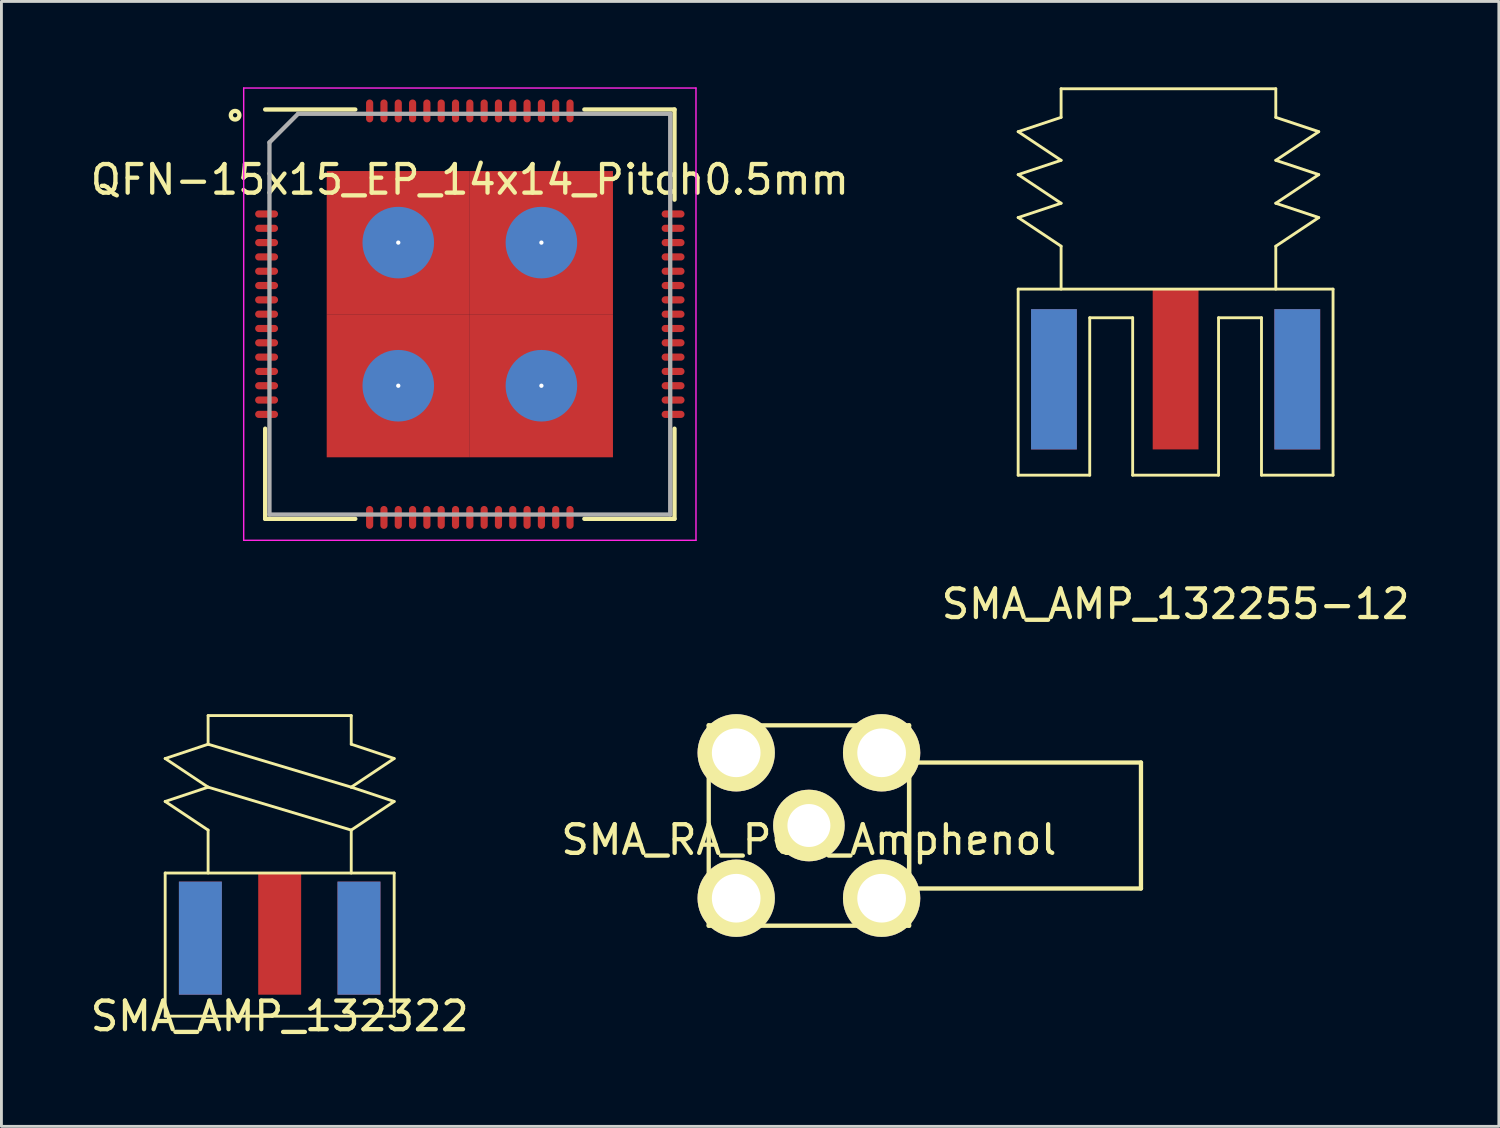
<source format=kicad_pcb>
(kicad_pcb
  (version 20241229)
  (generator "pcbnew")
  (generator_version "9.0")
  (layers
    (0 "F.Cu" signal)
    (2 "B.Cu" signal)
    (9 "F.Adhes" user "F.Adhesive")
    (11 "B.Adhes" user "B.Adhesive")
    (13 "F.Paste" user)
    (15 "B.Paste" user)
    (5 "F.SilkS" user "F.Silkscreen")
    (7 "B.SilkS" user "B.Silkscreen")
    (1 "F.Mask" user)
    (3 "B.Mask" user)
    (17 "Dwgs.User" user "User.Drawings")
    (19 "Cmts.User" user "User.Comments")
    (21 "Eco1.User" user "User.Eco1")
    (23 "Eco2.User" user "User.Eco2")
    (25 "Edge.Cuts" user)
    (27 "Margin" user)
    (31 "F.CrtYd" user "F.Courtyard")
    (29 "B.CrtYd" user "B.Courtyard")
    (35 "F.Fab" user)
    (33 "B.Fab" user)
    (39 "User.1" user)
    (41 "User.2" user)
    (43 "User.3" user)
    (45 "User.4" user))
  (footprint "SMA_AMP_132322"
    (layer "F.Cu")
    (at 6.72 27.448)
    (property "Reference" "SMA_AMP_132322" (at 0 5 0) (layer "F.SilkS") (effects (font (size 1 1) (thickness 0.15))))
    (attr through_hole)
    (fp_line (start -4 -4) (end -2.5 -4.5) (stroke (width 0.1) (type solid)) (layer "F.SilkS"))
    (fp_line (start -4 -2.5) (end -2.5 -3) (stroke (width 0.1) (type solid)) (layer "F.SilkS"))
    (fp_line (start -4 0) (end 4 0) (stroke (width 0.1) (type solid)) (layer "F.SilkS"))
    (fp_line (start -4 5) (end -4 0) (stroke (width 0.1) (type solid)) (layer "F.SilkS"))
    (fp_line (start -2.5 -5.5) (end 2.5 -5.5) (stroke (width 0.1) (type solid)) (layer "F.SilkS"))
    (fp_line (start -2.5 -4.5) (end -2.5 -5.5) (stroke (width 0.1) (type solid)) (layer "F.SilkS"))
    (fp_line (start -2.5 -4.5) (end 2.5 -3) (stroke (width 0.1) (type solid)) (layer "F.SilkS"))
    (fp_line (start -2.5 -3) (end -4 -4) (stroke (width 0.1) (type solid)) (layer "F.SilkS"))
    (fp_line (start -2.5 -3) (end 2.5 -1.5) (stroke (width 0.1) (type solid)) (layer "F.SilkS"))
    (fp_line (start -2.5 -1.5) (end -4 -2.5) (stroke (width 0.1) (type solid)) (layer "F.SilkS"))
    (fp_line (start -2.5 0) (end -2.5 -1.5) (stroke (width 0.1) (type solid)) (layer "F.SilkS"))
    (fp_line (start 2.5 -5.5) (end 2.5 -4.5) (stroke (width 0.1) (type solid)) (layer "F.SilkS"))
    (fp_line (start 2.5 -4.5) (end 4 -4) (stroke (width 0.1) (type solid)) (layer "F.SilkS"))
    (fp_line (start 2.5 -3) (end 4 -2.5) (stroke (width 0.1) (type solid)) (layer "F.SilkS"))
    (fp_line (start 2.5 -1.5) (end 2.5 0) (stroke (width 0.1) (type solid)) (layer "F.SilkS"))
    (fp_line (start 4 -4) (end 2.5 -3) (stroke (width 0.1) (type solid)) (layer "F.SilkS"))
    (fp_line (start 4 -2.5) (end 2.5 -1.5) (stroke (width 0.1) (type solid)) (layer "F.SilkS"))
    (fp_line (start 4 0) (end 4 5) (stroke (width 0.1) (type solid)) (layer "F.SilkS"))
    (fp_line (start 4 5) (end -4 5) (stroke (width 0.1) (type solid)) (layer "F.SilkS"))
    (pad "1" smd rect (at 0 2.125) (size 1.5 4.25) (layers "F.Cu" "F.Mask" "F.Paste"))
    (pad "2" smd rect (at -2.77 2.275) (size 1.5 3.95) (layers "F.Cu" "F.Mask" "F.Paste"))
    (pad "2" smd rect (at -2.77 2.275) (size 1.5 3.95) (layers "B.Cu" "B.Mask" "B.Paste"))
    (pad "2" smd rect (at 2.77 2.275) (size 1.5 3.95) (layers "F.Cu" "F.Mask" "F.Paste"))
    (pad "2" smd rect (at 2.77 2.275) (size 1.5 3.95) (layers "B.Cu" "B.Mask" "B.Paste")))
  (footprint "SMA_RA_PCB_Amphenol"
    (layer "F.Cu")
    (at 25.208 25.788)
    (property "Reference" "SMA_RA_PCB_Amphenol" (at 0 0.5 0) (layer "F.SilkS") (effects (font (size 1 1) (thickness 0.15))))
    (attr through_hole)
    (fp_line (start -3.5 -3.5) (end 3.5 -3.5) (stroke (width 0.15) (type solid)) (layer "F.SilkS"))
    (fp_line (start -3.5 3.5) (end -3.5 -3.5) (stroke (width 0.15) (type solid)) (layer "F.SilkS"))
    (fp_line (start 3.5 -3.5) (end 3.5 3.5) (stroke (width 0.15) (type solid)) (layer "F.SilkS"))
    (fp_line (start 3.5 -2.2) (end 11.6 -2.2) (stroke (width 0.15) (type solid)) (layer "F.SilkS"))
    (fp_line (start 3.5 2.2) (end 3.5 -2.2) (stroke (width 0.15) (type solid)) (layer "F.SilkS"))
    (fp_line (start 3.5 3.5) (end -3.5 3.5) (stroke (width 0.15) (type solid)) (layer "F.SilkS"))
    (fp_line (start 11.6 -2.2) (end 11.6 2.2) (stroke (width 0.15) (type solid)) (layer "F.SilkS"))
    (fp_line (start 11.6 2.2) (end 3.5 2.2) (stroke (width 0.15) (type solid)) (layer "F.SilkS"))
    (pad "1" thru_hole circle (at 0 0) (size 2.5 2.5) (drill 1.5) (layers "*.Cu" "*.Mask" "F.SilkS"))
    (pad "2" thru_hole circle (at -2.54 -2.54) (size 2.7 2.7) (drill 1.7) (layers "*.Cu" "*.Mask" "F.SilkS"))
    (pad "2" thru_hole circle (at -2.54 2.54) (size 2.7 2.7) (drill 1.7) (layers "*.Cu" "*.Mask" "F.SilkS"))
    (pad "2" thru_hole circle (at 2.54 2.54) (size 2.7 2.7) (drill 1.7) (layers "*.Cu" "*.Mask" "F.SilkS"))
    (pad "3" thru_hole circle (at 2.54 -2.54) (size 2.7 2.7) (drill 1.7) (layers "*.Cu" "*.Mask" "F.SilkS")))
  (footprint "QFN-15x15_EP_14x14_Pitch0.5mm"
    (layer "F.Cu")
    (at 13.363 7.925)
    (property "Reference" "QFN-15x15_EP_14x14_Pitch0.5mm" (at 0 -4.7 0) (layer "F.SilkS") (effects (font (size 1 1) (thickness 0.15))))
    (attr through_hole)
    (fp_line (start -7.15 7.15) (end -7.15 4) (stroke (width 0.15) (type solid)) (layer "F.SilkS"))
    (fp_line (start -4 -7.15) (end -7.15 -7.15) (stroke (width 0.15) (type solid)) (layer "F.SilkS"))
    (fp_line (start -4 7.15) (end -7.15 7.15) (stroke (width 0.15) (type solid)) (layer "F.SilkS"))
    (fp_line (start 4 -7.15) (end 7.15 -7.15) (stroke (width 0.15) (type solid)) (layer "F.SilkS"))
    (fp_line (start 4 7.15) (end 7.15 7.15) (stroke (width 0.15) (type solid)) (layer "F.SilkS"))
    (fp_line (start 7.15 -7.15) (end 7.15 -4) (stroke (width 0.15) (type solid)) (layer "F.SilkS"))
    (fp_line (start 7.15 7.15) (end 7.15 4) (stroke (width 0.15) (type solid)) (layer "F.SilkS"))
    (fp_circle (center -8.2 -6.95) (end -8.2 -6.8) (stroke (width 0.15) (type solid)) (fill no) (layer "F.SilkS"))
    (fp_line (start -7.9 -7.9) (end 7.9 -7.9) (stroke (width 0.05) (type solid)) (layer "F.CrtYd"))
    (fp_line (start -7.9 7.9) (end -7.9 -7.9) (stroke (width 0.05) (type solid)) (layer "F.CrtYd"))
    (fp_line (start 7.9 -7.9) (end 7.9 7.9) (stroke (width 0.05) (type solid)) (layer "F.CrtYd"))
    (fp_line (start 7.9 7.9) (end -7.9 7.9) (stroke (width 0.05) (type solid)) (layer "F.CrtYd"))
    (fp_line (start -7 -6) (end -7 7) (stroke (width 0.15) (type solid)) (layer "F.Fab"))
    (fp_line (start -7 7) (end 7 7) (stroke (width 0.15) (type solid)) (layer "F.Fab"))
    (fp_line (start -6 -7) (end -7 -6) (stroke (width 0.15) (type solid)) (layer "F.Fab"))
    (fp_line (start 7 -7) (end -6 -7) (stroke (width 0.15) (type solid)) (layer "F.Fab"))
    (fp_line (start 7 7) (end 7 -7) (stroke (width 0.15) (type solid)) (layer "F.Fab"))
    (pad "1" smd oval (at -7.1 -3.5 90) (size 0.25 0.8) (layers "F.Cu" "F.Mask" "F.Paste"))
    (pad "2" smd oval (at -7.1 -3 90) (size 0.25 0.8) (layers "F.Cu" "F.Mask" "F.Paste"))
    (pad "3" smd oval (at -7.1 -2.5 90) (size 0.25 0.8) (layers "F.Cu" "F.Mask" "F.Paste"))
    (pad "4" smd oval (at -7.1 -2 90) (size 0.25 0.8) (layers "F.Cu" "F.Mask" "F.Paste"))
    (pad "5" smd oval (at -7.1 -1.5 90) (size 0.25 0.8) (layers "F.Cu" "F.Mask" "F.Paste"))
    (pad "6" smd oval (at -7.1 -1 90) (size 0.25 0.8) (layers "F.Cu" "F.Mask" "F.Paste"))
    (pad "7" smd oval (at -7.1 -0.5 90) (size 0.25 0.8) (layers "F.Cu" "F.Mask" "F.Paste"))
    (pad "8" smd oval (at -7.1 0 90) (size 0.25 0.8) (layers "F.Cu" "F.Mask" "F.Paste"))
    (pad "9" smd oval (at -7.1 0.5 90) (size 0.25 0.8) (layers "F.Cu" "F.Mask" "F.Paste"))
    (pad "10" smd oval (at -7.1 1 90) (size 0.25 0.8) (layers "F.Cu" "F.Mask" "F.Paste"))
    (pad "11" smd oval (at -7.1 1.5 90) (size 0.25 0.8) (layers "F.Cu" "F.Mask" "F.Paste"))
    (pad "12" smd oval (at -7.1 2 90) (size 0.25 0.8) (layers "F.Cu" "F.Mask" "F.Paste"))
    (pad "13" smd oval (at -7.1 2.5 90) (size 0.25 0.8) (layers "F.Cu" "F.Mask" "F.Paste"))
    (pad "14" smd oval (at -7.1 3 90) (size 0.25 0.8) (layers "F.Cu" "F.Mask" "F.Paste"))
    (pad "15" smd oval (at -7.1 3.5 90) (size 0.25 0.8) (layers "F.Cu" "F.Mask" "F.Paste"))
    (pad "16" smd oval (at -3.5 7.1) (size 0.25 0.8) (layers "F.Cu" "F.Mask" "F.Paste"))
    (pad "17" smd oval (at -3 7.1) (size 0.25 0.8) (layers "F.Cu" "F.Mask" "F.Paste"))
    (pad "18" smd oval (at -2.5 7.1) (size 0.25 0.8) (layers "F.Cu" "F.Mask" "F.Paste"))
    (pad "19" smd oval (at -2 7.1) (size 0.25 0.8) (layers "F.Cu" "F.Mask" "F.Paste"))
    (pad "20" smd oval (at -1.5 7.1) (size 0.25 0.8) (layers "F.Cu" "F.Mask" "F.Paste"))
    (pad "21" smd oval (at -1 7.1) (size 0.25 0.8) (layers "F.Cu" "F.Mask" "F.Paste"))
    (pad "22" smd oval (at -0.5 7.1) (size 0.25 0.8) (layers "F.Cu" "F.Mask" "F.Paste"))
    (pad "23" smd oval (at 0 7.1) (size 0.25 0.8) (layers "F.Cu" "F.Mask" "F.Paste"))
    (pad "24" smd oval (at 0.5 7.1) (size 0.25 0.8) (layers "F.Cu" "F.Mask" "F.Paste"))
    (pad "25" smd oval (at 1 7.1) (size 0.25 0.8) (layers "F.Cu" "F.Mask" "F.Paste"))
    (pad "26" smd oval (at 1.5 7.1) (size 0.25 0.8) (layers "F.Cu" "F.Mask" "F.Paste"))
    (pad "27" smd oval (at 2 7.1) (size 0.25 0.8) (layers "F.Cu" "F.Mask" "F.Paste"))
    (pad "28" smd oval (at 2.5 7.1) (size 0.25 0.8) (layers "F.Cu" "F.Mask" "F.Paste"))
    (pad "29" smd oval (at 3 7.1) (size 0.25 0.8) (layers "F.Cu" "F.Mask" "F.Paste"))
    (pad "30" smd oval (at 3.5 7.1) (size 0.25 0.8) (layers "F.Cu" "F.Mask" "F.Paste"))
    (pad "31" smd oval (at 7.1 3.5 90) (size 0.25 0.8) (layers "F.Cu" "F.Mask" "F.Paste"))
    (pad "32" smd oval (at 7.1 3 90) (size 0.25 0.8) (layers "F.Cu" "F.Mask" "F.Paste"))
    (pad "33" smd oval (at 7.1 2.5 90) (size 0.25 0.8) (layers "F.Cu" "F.Mask" "F.Paste"))
    (pad "34" smd oval (at 7.1 2 90) (size 0.25 0.8) (layers "F.Cu" "F.Mask" "F.Paste"))
    (pad "35" smd oval (at 7.1 1.5 90) (size 0.25 0.8) (layers "F.Cu" "F.Mask" "F.Paste"))
    (pad "36" smd oval (at 7.1 1 90) (size 0.25 0.8) (layers "F.Cu" "F.Mask" "F.Paste"))
    (pad "37" smd oval (at 7.1 0.5 90) (size 0.25 0.8) (layers "F.Cu" "F.Mask" "F.Paste"))
    (pad "38" smd oval (at 7.1 0 90) (size 0.25 0.8) (layers "F.Cu" "F.Mask" "F.Paste"))
    (pad "39" smd oval (at 7.1 -0.5 90) (size 0.25 0.8) (layers "F.Cu" "F.Mask" "F.Paste"))
    (pad "40" smd oval (at 7.1 -1 90) (size 0.25 0.8) (layers "F.Cu" "F.Mask" "F.Paste"))
    (pad "41" smd oval (at 7.1 -1.5 90) (size 0.25 0.8) (layers "F.Cu" "F.Mask" "F.Paste"))
    (pad "42" smd oval (at 7.1 -2 90) (size 0.25 0.8) (layers "F.Cu" "F.Mask" "F.Paste"))
    (pad "43" smd oval (at 7.1 -2.5 90) (size 0.25 0.8) (layers "F.Cu" "F.Mask" "F.Paste"))
    (pad "44" smd oval (at 7.1 -3 90) (size 0.25 0.8) (layers "F.Cu" "F.Mask" "F.Paste"))
    (pad "45" smd oval (at 7.1 -3.5 90) (size 0.25 0.8) (layers "F.Cu" "F.Mask" "F.Paste"))
    (pad "46" smd oval (at 3.5 -7.1) (size 0.25 0.8) (layers "F.Cu" "F.Mask" "F.Paste"))
    (pad "47" smd oval (at 3 -7.1) (size 0.25 0.8) (layers "F.Cu" "F.Mask" "F.Paste"))
    (pad "48" smd oval (at 2.5 -7.1) (size 0.25 0.8) (layers "F.Cu" "F.Mask" "F.Paste"))
    (pad "49" smd oval (at 2 -7.1) (size 0.25 0.8) (layers "F.Cu" "F.Mask" "F.Paste"))
    (pad "50" smd oval (at 1.5 -7.1) (size 0.25 0.8) (layers "F.Cu" "F.Mask" "F.Paste"))
    (pad "51" smd oval (at 1 -7.1) (size 0.25 0.8) (layers "F.Cu" "F.Mask" "F.Paste"))
    (pad "52" smd oval (at 0.5 -7.1) (size 0.25 0.8) (layers "F.Cu" "F.Mask" "F.Paste"))
    (pad "53" smd oval (at 0 -7.1) (size 0.25 0.8) (layers "F.Cu" "F.Mask" "F.Paste"))
    (pad "54" smd oval (at -0.5 -7.1) (size 0.25 0.8) (layers "F.Cu" "F.Mask" "F.Paste"))
    (pad "55" smd oval (at -1 -7.1) (size 0.25 0.8) (layers "F.Cu" "F.Mask" "F.Paste"))
    (pad "56" smd oval (at -1.5 -7.1) (size 0.25 0.8) (layers "F.Cu" "F.Mask" "F.Paste"))
    (pad "57" smd oval (at -2 -7.1) (size 0.25 0.8) (layers "F.Cu" "F.Mask" "F.Paste"))
    (pad "58" smd oval (at -2.5 -7.1) (size 0.25 0.8) (layers "F.Cu" "F.Mask" "F.Paste"))
    (pad "59" smd oval (at -3 -7.1) (size 0.25 0.8) (layers "F.Cu" "F.Mask" "F.Paste"))
    (pad "60" smd oval (at -3.5 -7.1) (size 0.25 0.8) (layers "F.Cu" "F.Mask" "F.Paste"))
    (pad "61" thru_hole circle (at -2.5 -2.5) (size 2.5 2.5) (drill 0.15) (layers "*.Cu" "*.Mask"))
    (pad "61" smd rect (at -2.5 -2.5) (size 5 5) (layers "F.Cu" "F.Mask" "F.Paste"))
    (pad "61" thru_hole circle (at -2.5 2.5) (size 2.5 2.5) (drill 0.15) (layers "*.Cu" "*.Mask"))
    (pad "61" smd rect (at -2.5 2.5) (size 5 5) (layers "F.Cu" "F.Mask" "F.Paste"))
    (pad "61" thru_hole circle (at 2.5 -2.5) (size 2.5 2.5) (drill 0.15) (layers "*.Cu" "*.Mask"))
    (pad "61" smd rect (at 2.5 -2.5) (size 5 5) (layers "F.Cu" "F.Mask" "F.Paste"))
    (pad "61" thru_hole circle (at 2.5 2.5) (size 2.5 2.5) (drill 0.15) (layers "*.Cu" "*.Mask"))
    (pad "61" smd rect (at 2.5 2.5) (size 5 5) (layers "F.Cu" "F.Mask" "F.Paste")))
  (footprint "SMA_AMP_132255-12"
    (layer "F.Cu")
    (at 38.018 7.05)
    (property "Reference" "SMA_AMP_132255-12" (at 0 11 0) (layer "F.SilkS") (effects (font (size 1 1) (thickness 0.15))))
    (attr through_hole)
    (fp_line (start -5.5 -5.5) (end -4 -6) (stroke (width 0.1) (type solid)) (layer "F.SilkS"))
    (fp_line (start -5.5 -4) (end -4 -4.5) (stroke (width 0.1) (type solid)) (layer "F.SilkS"))
    (fp_line (start -5.5 -2.5) (end -4 -3) (stroke (width 0.1) (type solid)) (layer "F.SilkS"))
    (fp_line (start -5.5 0) (end 5.5 0) (stroke (width 0.1) (type solid)) (layer "F.SilkS"))
    (fp_line (start -5.5 6.5) (end -5.5 0) (stroke (width 0.1) (type solid)) (layer "F.SilkS"))
    (fp_line (start -4 -7) (end 3.5 -7) (stroke (width 0.1) (type solid)) (layer "F.SilkS"))
    (fp_line (start -4 -6) (end -4 -7) (stroke (width 0.1) (type solid)) (layer "F.SilkS"))
    (fp_line (start -4 -4.5) (end -5.5 -5.5) (stroke (width 0.1) (type solid)) (layer "F.SilkS"))
    (fp_line (start -4 -3) (end -5.5 -4) (stroke (width 0.1) (type solid)) (layer "F.SilkS"))
    (fp_line (start -4 -1.5) (end -5.5 -2.5) (stroke (width 0.1) (type solid)) (layer "F.SilkS"))
    (fp_line (start -4 0) (end -4 -1.5) (stroke (width 0.1) (type solid)) (layer "F.SilkS"))
    (fp_line (start -3 1) (end -3 6.5) (stroke (width 0.1) (type solid)) (layer "F.SilkS"))
    (fp_line (start -3 6.5) (end -5.5 6.5) (stroke (width 0.1) (type solid)) (layer "F.SilkS"))
    (fp_line (start -1.5 1) (end -3 1) (stroke (width 0.1) (type solid)) (layer "F.SilkS"))
    (fp_line (start -1.5 6.5) (end -1.5 1) (stroke (width 0.1) (type solid)) (layer "F.SilkS"))
    (fp_line (start 1.5 1) (end 1.5 6.5) (stroke (width 0.1) (type solid)) (layer "F.SilkS"))
    (fp_line (start 1.5 6.5) (end -1.5 6.5) (stroke (width 0.1) (type solid)) (layer "F.SilkS"))
    (fp_line (start 3 1) (end 1.5 1) (stroke (width 0.1) (type solid)) (layer "F.SilkS"))
    (fp_line (start 3 6.5) (end 3 1) (stroke (width 0.1) (type solid)) (layer "F.SilkS"))
    (fp_line (start 3.5 -7) (end 3.5 -6) (stroke (width 0.1) (type solid)) (layer "F.SilkS"))
    (fp_line (start 3.5 -6) (end 5 -5.5) (stroke (width 0.1) (type solid)) (layer "F.SilkS"))
    (fp_line (start 3.5 -4.5) (end 5 -4) (stroke (width 0.1) (type solid)) (layer "F.SilkS"))
    (fp_line (start 3.5 -3) (end 5 -2.5) (stroke (width 0.1) (type solid)) (layer "F.SilkS"))
    (fp_line (start 3.5 -1.5) (end 3.5 0) (stroke (width 0.1) (type solid)) (layer "F.SilkS"))
    (fp_line (start 5 -5.5) (end 3.5 -4.5) (stroke (width 0.1) (type solid)) (layer "F.SilkS"))
    (fp_line (start 5 -4) (end 3.5 -3) (stroke (width 0.1) (type solid)) (layer "F.SilkS"))
    (fp_line (start 5 -2.5) (end 3.5 -1.5) (stroke (width 0.1) (type solid)) (layer "F.SilkS"))
    (fp_line (start 5.5 0) (end 5.5 6.5) (stroke (width 0.1) (type solid)) (layer "F.SilkS"))
    (fp_line (start 5.5 6.5) (end 3 6.5) (stroke (width 0.1) (type solid)) (layer "F.SilkS"))
    (pad "1" smd rect (at 0 2.8) (size 1.6 5.6) (layers "F.Cu" "F.Mask" "F.Paste"))
    (pad "2" smd rect (at -4.25 3.15) (size 1.6 4.9) (layers "F.Cu" "F.Mask" "F.Paste"))
    (pad "2" smd rect (at -4.25 3.15) (size 1.6 4.9) (layers "B.Cu" "B.Mask" "B.Paste"))
    (pad "2" smd rect (at 4.25 3.15) (size 1.6 4.9) (layers "F.Cu" "F.Mask" "F.Paste"))
    (pad "2" smd rect (at 4.25 3.15) (size 1.6 4.9) (layers "B.Cu" "B.Mask" "B.Paste")))
  (gr_rect
    (start -3 -3)
    (end 49.31 36.297)
    (stroke (width 0.1) (type default))
    (fill no)
    (layer "Edge.Cuts")))
</source>
